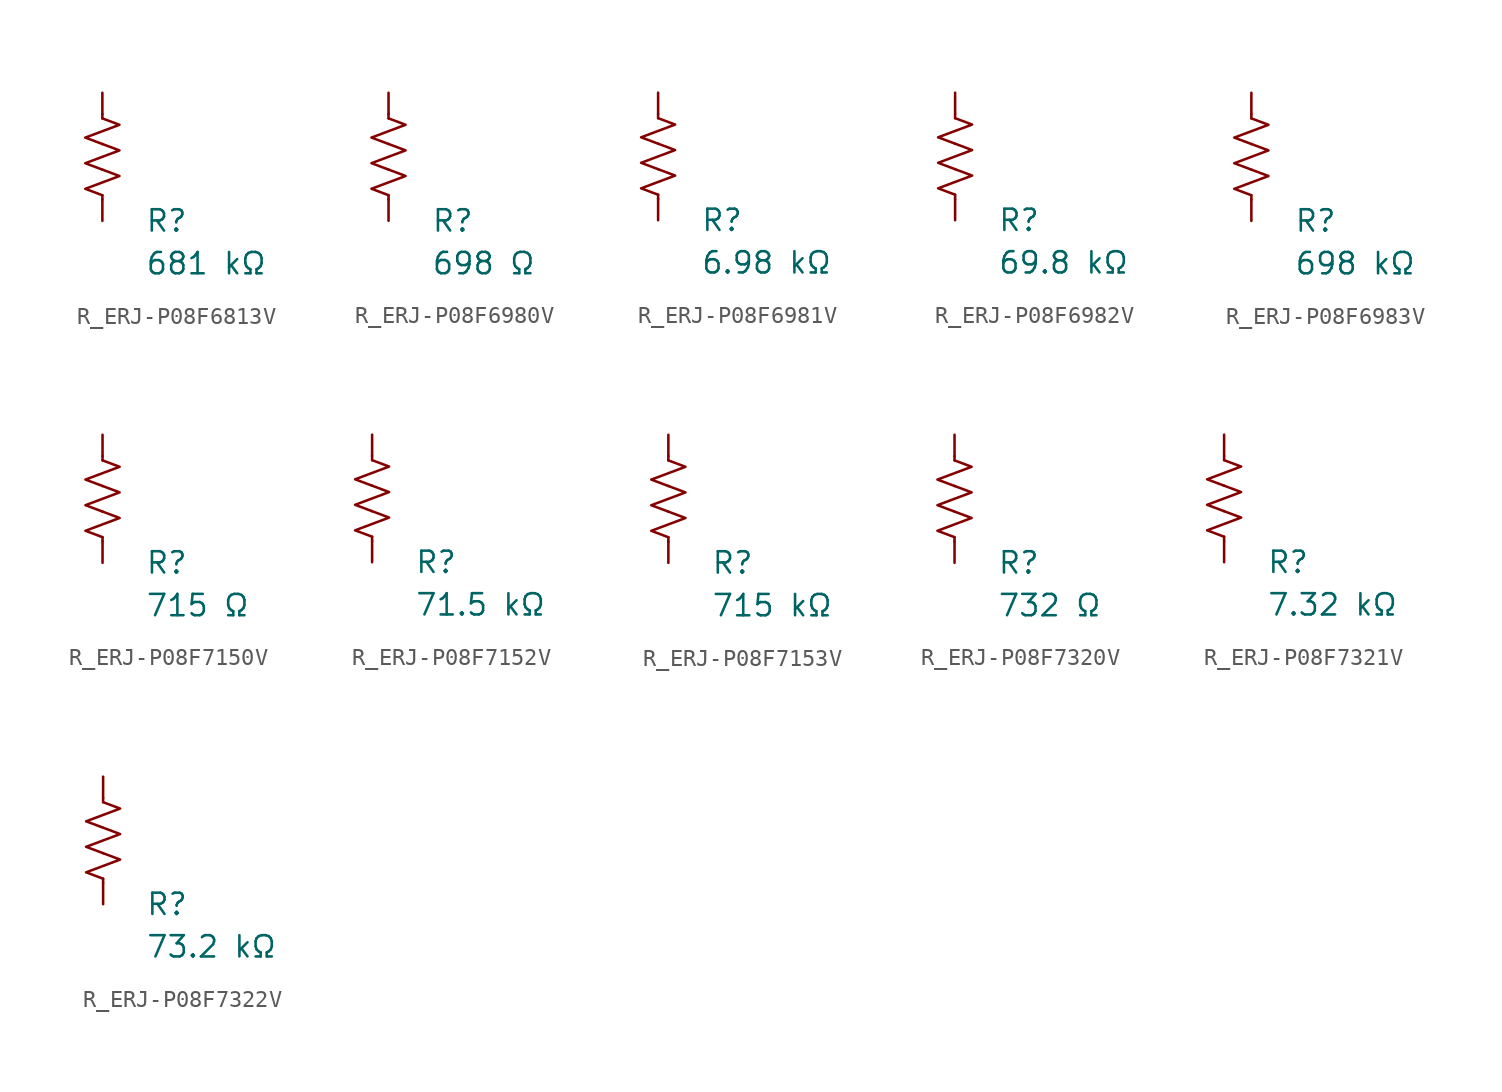
<source format=kicad_sym>
(kicad_symbol_lib
  (version 20231120)
  (generator "kicad_symbol_editor")
  (generator_version "8.0")
  (symbol "R_ERJ-P08F6813V"
    (pin_numbers hide)
    (pin_names
      (offset 0))
    (property "Reference" "R"
      (at 2.54 -3.81 0)
      (effects (font (size 1.27 1.27)) (justify left))
      (show_name no))
    (property "Value" "681 kΩ"
      (at 2.54 -6.35 0)
      (effects (font (size 1.27 1.27)) (justify left))
      (show_name no))
    (symbol "R_ERJ-P08F6813V_0_1"
      (polyline (pts (xy 0 -2.286) (xy 0 -2.54)) (stroke (width 0) (type default)) (fill (type none)))
      (polyline (pts (xy 0 2.286) (xy 0 2.54)) (stroke (width 0) (type default)) (fill (type none)))
      (polyline (pts (xy 0 -0.762) (xy 1.016 -1.143) (xy 0 -1.524) (xy -1.016 -1.905) (xy 0 -2.286)) (stroke (width 0) (type default)) (fill (type none)))
      (polyline (pts (xy 0 0.762) (xy 1.016 0.381) (xy 0 0) (xy -1.016 -0.381) (xy 0 -0.762)) (stroke (width 0) (type default)) (fill (type none)))
      (polyline (pts (xy 0 2.286) (xy 1.016 1.905) (xy 0 1.524) (xy -1.016 1.143) (xy 0 0.762)) (stroke (width 0) (type default)) (fill (type none))))
    (symbol "R_ERJ-P08F6813V_1_1"
      (pin passive line (at 0 3.81 270) (length 1.27) (name "~" (effects (font (size 1.27 1.27)))) (number "1" (effects (font (size 1.27 1.27)))))
      (pin passive line (at 0 -3.81 90) (length 1.27) (name "~" (effects (font (size 1.27 1.27)))) (number "2" (effects (font (size 1.27 1.27)))))))
  (symbol "R_ERJ-P08F6980V"
    (pin_numbers hide)
    (pin_names
      (offset 0))
    (property "Reference" "R"
      (at 2.54 -3.81 0)
      (effects (font (size 1.27 1.27)) (justify left))
      (show_name no))
    (property "Value" "698 Ω"
      (at 2.54 -6.35 0)
      (effects (font (size 1.27 1.27)) (justify left))
      (show_name no))
    (symbol "R_ERJ-P08F6980V_0_1"
      (polyline (pts (xy 0 -2.286) (xy 0 -2.54)) (stroke (width 0) (type default)) (fill (type none)))
      (polyline (pts (xy 0 2.286) (xy 0 2.54)) (stroke (width 0) (type default)) (fill (type none)))
      (polyline (pts (xy 0 -0.762) (xy 1.016 -1.143) (xy 0 -1.524) (xy -1.016 -1.905) (xy 0 -2.286)) (stroke (width 0) (type default)) (fill (type none)))
      (polyline (pts (xy 0 0.762) (xy 1.016 0.381) (xy 0 0) (xy -1.016 -0.381) (xy 0 -0.762)) (stroke (width 0) (type default)) (fill (type none)))
      (polyline (pts (xy 0 2.286) (xy 1.016 1.905) (xy 0 1.524) (xy -1.016 1.143) (xy 0 0.762)) (stroke (width 0) (type default)) (fill (type none))))
    (symbol "R_ERJ-P08F6980V_1_1"
      (pin passive line (at 0 3.81 270) (length 1.27) (name "~" (effects (font (size 1.27 1.27)))) (number "1" (effects (font (size 1.27 1.27)))))
      (pin passive line (at 0 -3.81 90) (length 1.27) (name "~" (effects (font (size 1.27 1.27)))) (number "2" (effects (font (size 1.27 1.27)))))))
  (symbol "R_ERJ-P08F6981V"
    (pin_numbers hide)
    (pin_names
      (offset 0))
    (property "Reference" "R"
      (at 2.54 -3.81 0)
      (effects (font (size 1.27 1.27)) (justify left))
      (show_name no))
    (property "Value" "6.98 kΩ"
      (at 2.54 -6.35 0)
      (effects (font (size 1.27 1.27)) (justify left))
      (show_name no))
    (symbol "R_ERJ-P08F6981V_0_1"
      (polyline (pts (xy 0 -2.286) (xy 0 -2.54)) (stroke (width 0) (type default)) (fill (type none)))
      (polyline (pts (xy 0 2.286) (xy 0 2.54)) (stroke (width 0) (type default)) (fill (type none)))
      (polyline (pts (xy 0 -0.762) (xy 1.016 -1.143) (xy 0 -1.524) (xy -1.016 -1.905) (xy 0 -2.286)) (stroke (width 0) (type default)) (fill (type none)))
      (polyline (pts (xy 0 0.762) (xy 1.016 0.381) (xy 0 0) (xy -1.016 -0.381) (xy 0 -0.762)) (stroke (width 0) (type default)) (fill (type none)))
      (polyline (pts (xy 0 2.286) (xy 1.016 1.905) (xy 0 1.524) (xy -1.016 1.143) (xy 0 0.762)) (stroke (width 0) (type default)) (fill (type none))))
    (symbol "R_ERJ-P08F6981V_1_1"
      (pin passive line (at 0 3.81 270) (length 1.27) (name "~" (effects (font (size 1.27 1.27)))) (number "1" (effects (font (size 1.27 1.27)))))
      (pin passive line (at 0 -3.81 90) (length 1.27) (name "~" (effects (font (size 1.27 1.27)))) (number "2" (effects (font (size 1.27 1.27)))))))
  (symbol "R_ERJ-P08F6982V"
    (pin_numbers hide)
    (pin_names
      (offset 0))
    (property "Reference" "R"
      (at 2.54 -3.81 0)
      (effects (font (size 1.27 1.27)) (justify left))
      (show_name no))
    (property "Value" "69.8 kΩ"
      (at 2.54 -6.35 0)
      (effects (font (size 1.27 1.27)) (justify left))
      (show_name no))
    (symbol "R_ERJ-P08F6982V_0_1"
      (polyline (pts (xy 0 -2.286) (xy 0 -2.54)) (stroke (width 0) (type default)) (fill (type none)))
      (polyline (pts (xy 0 2.286) (xy 0 2.54)) (stroke (width 0) (type default)) (fill (type none)))
      (polyline (pts (xy 0 -0.762) (xy 1.016 -1.143) (xy 0 -1.524) (xy -1.016 -1.905) (xy 0 -2.286)) (stroke (width 0) (type default)) (fill (type none)))
      (polyline (pts (xy 0 0.762) (xy 1.016 0.381) (xy 0 0) (xy -1.016 -0.381) (xy 0 -0.762)) (stroke (width 0) (type default)) (fill (type none)))
      (polyline (pts (xy 0 2.286) (xy 1.016 1.905) (xy 0 1.524) (xy -1.016 1.143) (xy 0 0.762)) (stroke (width 0) (type default)) (fill (type none))))
    (symbol "R_ERJ-P08F6982V_1_1"
      (pin passive line (at 0 3.81 270) (length 1.27) (name "~" (effects (font (size 1.27 1.27)))) (number "1" (effects (font (size 1.27 1.27)))))
      (pin passive line (at 0 -3.81 90) (length 1.27) (name "~" (effects (font (size 1.27 1.27)))) (number "2" (effects (font (size 1.27 1.27)))))))
  (symbol "R_ERJ-P08F6983V"
    (pin_numbers hide)
    (pin_names
      (offset 0))
    (property "Reference" "R"
      (at 2.54 -3.81 0)
      (effects (font (size 1.27 1.27)) (justify left))
      (show_name no))
    (property "Value" "698 kΩ"
      (at 2.54 -6.35 0)
      (effects (font (size 1.27 1.27)) (justify left))
      (show_name no))
    (symbol "R_ERJ-P08F6983V_0_1"
      (polyline (pts (xy 0 -2.286) (xy 0 -2.54)) (stroke (width 0) (type default)) (fill (type none)))
      (polyline (pts (xy 0 2.286) (xy 0 2.54)) (stroke (width 0) (type default)) (fill (type none)))
      (polyline (pts (xy 0 -0.762) (xy 1.016 -1.143) (xy 0 -1.524) (xy -1.016 -1.905) (xy 0 -2.286)) (stroke (width 0) (type default)) (fill (type none)))
      (polyline (pts (xy 0 0.762) (xy 1.016 0.381) (xy 0 0) (xy -1.016 -0.381) (xy 0 -0.762)) (stroke (width 0) (type default)) (fill (type none)))
      (polyline (pts (xy 0 2.286) (xy 1.016 1.905) (xy 0 1.524) (xy -1.016 1.143) (xy 0 0.762)) (stroke (width 0) (type default)) (fill (type none))))
    (symbol "R_ERJ-P08F6983V_1_1"
      (pin passive line (at 0 3.81 270) (length 1.27) (name "~" (effects (font (size 1.27 1.27)))) (number "1" (effects (font (size 1.27 1.27)))))
      (pin passive line (at 0 -3.81 90) (length 1.27) (name "~" (effects (font (size 1.27 1.27)))) (number "2" (effects (font (size 1.27 1.27)))))))
  (symbol "R_ERJ-P08F7150V"
    (pin_numbers hide)
    (pin_names
      (offset 0))
    (property "Reference" "R"
      (at 2.54 -3.81 0)
      (effects (font (size 1.27 1.27)) (justify left))
      (show_name no))
    (property "Value" "715 Ω"
      (at 2.54 -6.35 0)
      (effects (font (size 1.27 1.27)) (justify left))
      (show_name no))
    (symbol "R_ERJ-P08F7150V_0_1"
      (polyline (pts (xy 0 -2.286) (xy 0 -2.54)) (stroke (width 0) (type default)) (fill (type none)))
      (polyline (pts (xy 0 2.286) (xy 0 2.54)) (stroke (width 0) (type default)) (fill (type none)))
      (polyline (pts (xy 0 -0.762) (xy 1.016 -1.143) (xy 0 -1.524) (xy -1.016 -1.905) (xy 0 -2.286)) (stroke (width 0) (type default)) (fill (type none)))
      (polyline (pts (xy 0 0.762) (xy 1.016 0.381) (xy 0 0) (xy -1.016 -0.381) (xy 0 -0.762)) (stroke (width 0) (type default)) (fill (type none)))
      (polyline (pts (xy 0 2.286) (xy 1.016 1.905) (xy 0 1.524) (xy -1.016 1.143) (xy 0 0.762)) (stroke (width 0) (type default)) (fill (type none))))
    (symbol "R_ERJ-P08F7150V_1_1"
      (pin passive line (at 0 3.81 270) (length 1.27) (name "~" (effects (font (size 1.27 1.27)))) (number "1" (effects (font (size 1.27 1.27)))))
      (pin passive line (at 0 -3.81 90) (length 1.27) (name "~" (effects (font (size 1.27 1.27)))) (number "2" (effects (font (size 1.27 1.27)))))))
  (symbol "R_ERJ-P08F7152V"
    (pin_numbers hide)
    (pin_names
      (offset 0))
    (property "Reference" "R"
      (at 2.54 -3.81 0)
      (effects (font (size 1.27 1.27)) (justify left))
      (show_name no))
    (property "Value" "71.5 kΩ"
      (at 2.54 -6.35 0)
      (effects (font (size 1.27 1.27)) (justify left))
      (show_name no))
    (symbol "R_ERJ-P08F7152V_0_1"
      (polyline (pts (xy 0 -2.286) (xy 0 -2.54)) (stroke (width 0) (type default)) (fill (type none)))
      (polyline (pts (xy 0 2.286) (xy 0 2.54)) (stroke (width 0) (type default)) (fill (type none)))
      (polyline (pts (xy 0 -0.762) (xy 1.016 -1.143) (xy 0 -1.524) (xy -1.016 -1.905) (xy 0 -2.286)) (stroke (width 0) (type default)) (fill (type none)))
      (polyline (pts (xy 0 0.762) (xy 1.016 0.381) (xy 0 0) (xy -1.016 -0.381) (xy 0 -0.762)) (stroke (width 0) (type default)) (fill (type none)))
      (polyline (pts (xy 0 2.286) (xy 1.016 1.905) (xy 0 1.524) (xy -1.016 1.143) (xy 0 0.762)) (stroke (width 0) (type default)) (fill (type none))))
    (symbol "R_ERJ-P08F7152V_1_1"
      (pin passive line (at 0 3.81 270) (length 1.27) (name "~" (effects (font (size 1.27 1.27)))) (number "1" (effects (font (size 1.27 1.27)))))
      (pin passive line (at 0 -3.81 90) (length 1.27) (name "~" (effects (font (size 1.27 1.27)))) (number "2" (effects (font (size 1.27 1.27)))))))
  (symbol "R_ERJ-P08F7153V"
    (pin_numbers hide)
    (pin_names
      (offset 0))
    (property "Reference" "R"
      (at 2.54 -3.81 0)
      (effects (font (size 1.27 1.27)) (justify left))
      (show_name no))
    (property "Value" "715 kΩ"
      (at 2.54 -6.35 0)
      (effects (font (size 1.27 1.27)) (justify left))
      (show_name no))
    (symbol "R_ERJ-P08F7153V_0_1"
      (polyline (pts (xy 0 -2.286) (xy 0 -2.54)) (stroke (width 0) (type default)) (fill (type none)))
      (polyline (pts (xy 0 2.286) (xy 0 2.54)) (stroke (width 0) (type default)) (fill (type none)))
      (polyline (pts (xy 0 -0.762) (xy 1.016 -1.143) (xy 0 -1.524) (xy -1.016 -1.905) (xy 0 -2.286)) (stroke (width 0) (type default)) (fill (type none)))
      (polyline (pts (xy 0 0.762) (xy 1.016 0.381) (xy 0 0) (xy -1.016 -0.381) (xy 0 -0.762)) (stroke (width 0) (type default)) (fill (type none)))
      (polyline (pts (xy 0 2.286) (xy 1.016 1.905) (xy 0 1.524) (xy -1.016 1.143) (xy 0 0.762)) (stroke (width 0) (type default)) (fill (type none))))
    (symbol "R_ERJ-P08F7153V_1_1"
      (pin passive line (at 0 3.81 270) (length 1.27) (name "~" (effects (font (size 1.27 1.27)))) (number "1" (effects (font (size 1.27 1.27)))))
      (pin passive line (at 0 -3.81 90) (length 1.27) (name "~" (effects (font (size 1.27 1.27)))) (number "2" (effects (font (size 1.27 1.27)))))))
  (symbol "R_ERJ-P08F7320V"
    (pin_numbers hide)
    (pin_names
      (offset 0))
    (property "Reference" "R"
      (at 2.54 -3.81 0)
      (effects (font (size 1.27 1.27)) (justify left))
      (show_name no))
    (property "Value" "732 Ω"
      (at 2.54 -6.35 0)
      (effects (font (size 1.27 1.27)) (justify left))
      (show_name no))
    (symbol "R_ERJ-P08F7320V_0_1"
      (polyline (pts (xy 0 -2.286) (xy 0 -2.54)) (stroke (width 0) (type default)) (fill (type none)))
      (polyline (pts (xy 0 2.286) (xy 0 2.54)) (stroke (width 0) (type default)) (fill (type none)))
      (polyline (pts (xy 0 -0.762) (xy 1.016 -1.143) (xy 0 -1.524) (xy -1.016 -1.905) (xy 0 -2.286)) (stroke (width 0) (type default)) (fill (type none)))
      (polyline (pts (xy 0 0.762) (xy 1.016 0.381) (xy 0 0) (xy -1.016 -0.381) (xy 0 -0.762)) (stroke (width 0) (type default)) (fill (type none)))
      (polyline (pts (xy 0 2.286) (xy 1.016 1.905) (xy 0 1.524) (xy -1.016 1.143) (xy 0 0.762)) (stroke (width 0) (type default)) (fill (type none))))
    (symbol "R_ERJ-P08F7320V_1_1"
      (pin passive line (at 0 3.81 270) (length 1.27) (name "~" (effects (font (size 1.27 1.27)))) (number "1" (effects (font (size 1.27 1.27)))))
      (pin passive line (at 0 -3.81 90) (length 1.27) (name "~" (effects (font (size 1.27 1.27)))) (number "2" (effects (font (size 1.27 1.27)))))))
  (symbol "R_ERJ-P08F7321V"
    (pin_numbers hide)
    (pin_names
      (offset 0))
    (property "Reference" "R"
      (at 2.54 -3.81 0)
      (effects (font (size 1.27 1.27)) (justify left))
      (show_name no))
    (property "Value" "7.32 kΩ"
      (at 2.54 -6.35 0)
      (effects (font (size 1.27 1.27)) (justify left))
      (show_name no))
    (symbol "R_ERJ-P08F7321V_0_1"
      (polyline (pts (xy 0 -2.286) (xy 0 -2.54)) (stroke (width 0) (type default)) (fill (type none)))
      (polyline (pts (xy 0 2.286) (xy 0 2.54)) (stroke (width 0) (type default)) (fill (type none)))
      (polyline (pts (xy 0 -0.762) (xy 1.016 -1.143) (xy 0 -1.524) (xy -1.016 -1.905) (xy 0 -2.286)) (stroke (width 0) (type default)) (fill (type none)))
      (polyline (pts (xy 0 0.762) (xy 1.016 0.381) (xy 0 0) (xy -1.016 -0.381) (xy 0 -0.762)) (stroke (width 0) (type default)) (fill (type none)))
      (polyline (pts (xy 0 2.286) (xy 1.016 1.905) (xy 0 1.524) (xy -1.016 1.143) (xy 0 0.762)) (stroke (width 0) (type default)) (fill (type none))))
    (symbol "R_ERJ-P08F7321V_1_1"
      (pin passive line (at 0 3.81 270) (length 1.27) (name "~" (effects (font (size 1.27 1.27)))) (number "1" (effects (font (size 1.27 1.27)))))
      (pin passive line (at 0 -3.81 90) (length 1.27) (name "~" (effects (font (size 1.27 1.27)))) (number "2" (effects (font (size 1.27 1.27)))))))
  (symbol "R_ERJ-P08F7322V"
    (pin_numbers hide)
    (pin_names
      (offset 0))
    (property "Reference" "R"
      (at 2.54 -3.81 0)
      (effects (font (size 1.27 1.27)) (justify left))
      (show_name no))
    (property "Value" "73.2 kΩ"
      (at 2.54 -6.35 0)
      (effects (font (size 1.27 1.27)) (justify left))
      (show_name no))
    (symbol "R_ERJ-P08F7322V_0_1"
      (polyline (pts (xy 0 -2.286) (xy 0 -2.54)) (stroke (width 0) (type default)) (fill (type none)))
      (polyline (pts (xy 0 2.286) (xy 0 2.54)) (stroke (width 0) (type default)) (fill (type none)))
      (polyline (pts (xy 0 -0.762) (xy 1.016 -1.143) (xy 0 -1.524) (xy -1.016 -1.905) (xy 0 -2.286)) (stroke (width 0) (type default)) (fill (type none)))
      (polyline (pts (xy 0 0.762) (xy 1.016 0.381) (xy 0 0) (xy -1.016 -0.381) (xy 0 -0.762)) (stroke (width 0) (type default)) (fill (type none)))
      (polyline (pts (xy 0 2.286) (xy 1.016 1.905) (xy 0 1.524) (xy -1.016 1.143) (xy 0 0.762)) (stroke (width 0) (type default)) (fill (type none))))
    (symbol "R_ERJ-P08F7322V_1_1"
      (pin passive line (at 0 3.81 270) (length 1.27) (name "~" (effects (font (size 1.27 1.27)))) (number "1" (effects (font (size 1.27 1.27)))))
      (pin passive line (at 0 -3.81 90) (length 1.27) (name "~" (effects (font (size 1.27 1.27)))) (number "2" (effects (font (size 1.27 1.27))))))))
</source>
